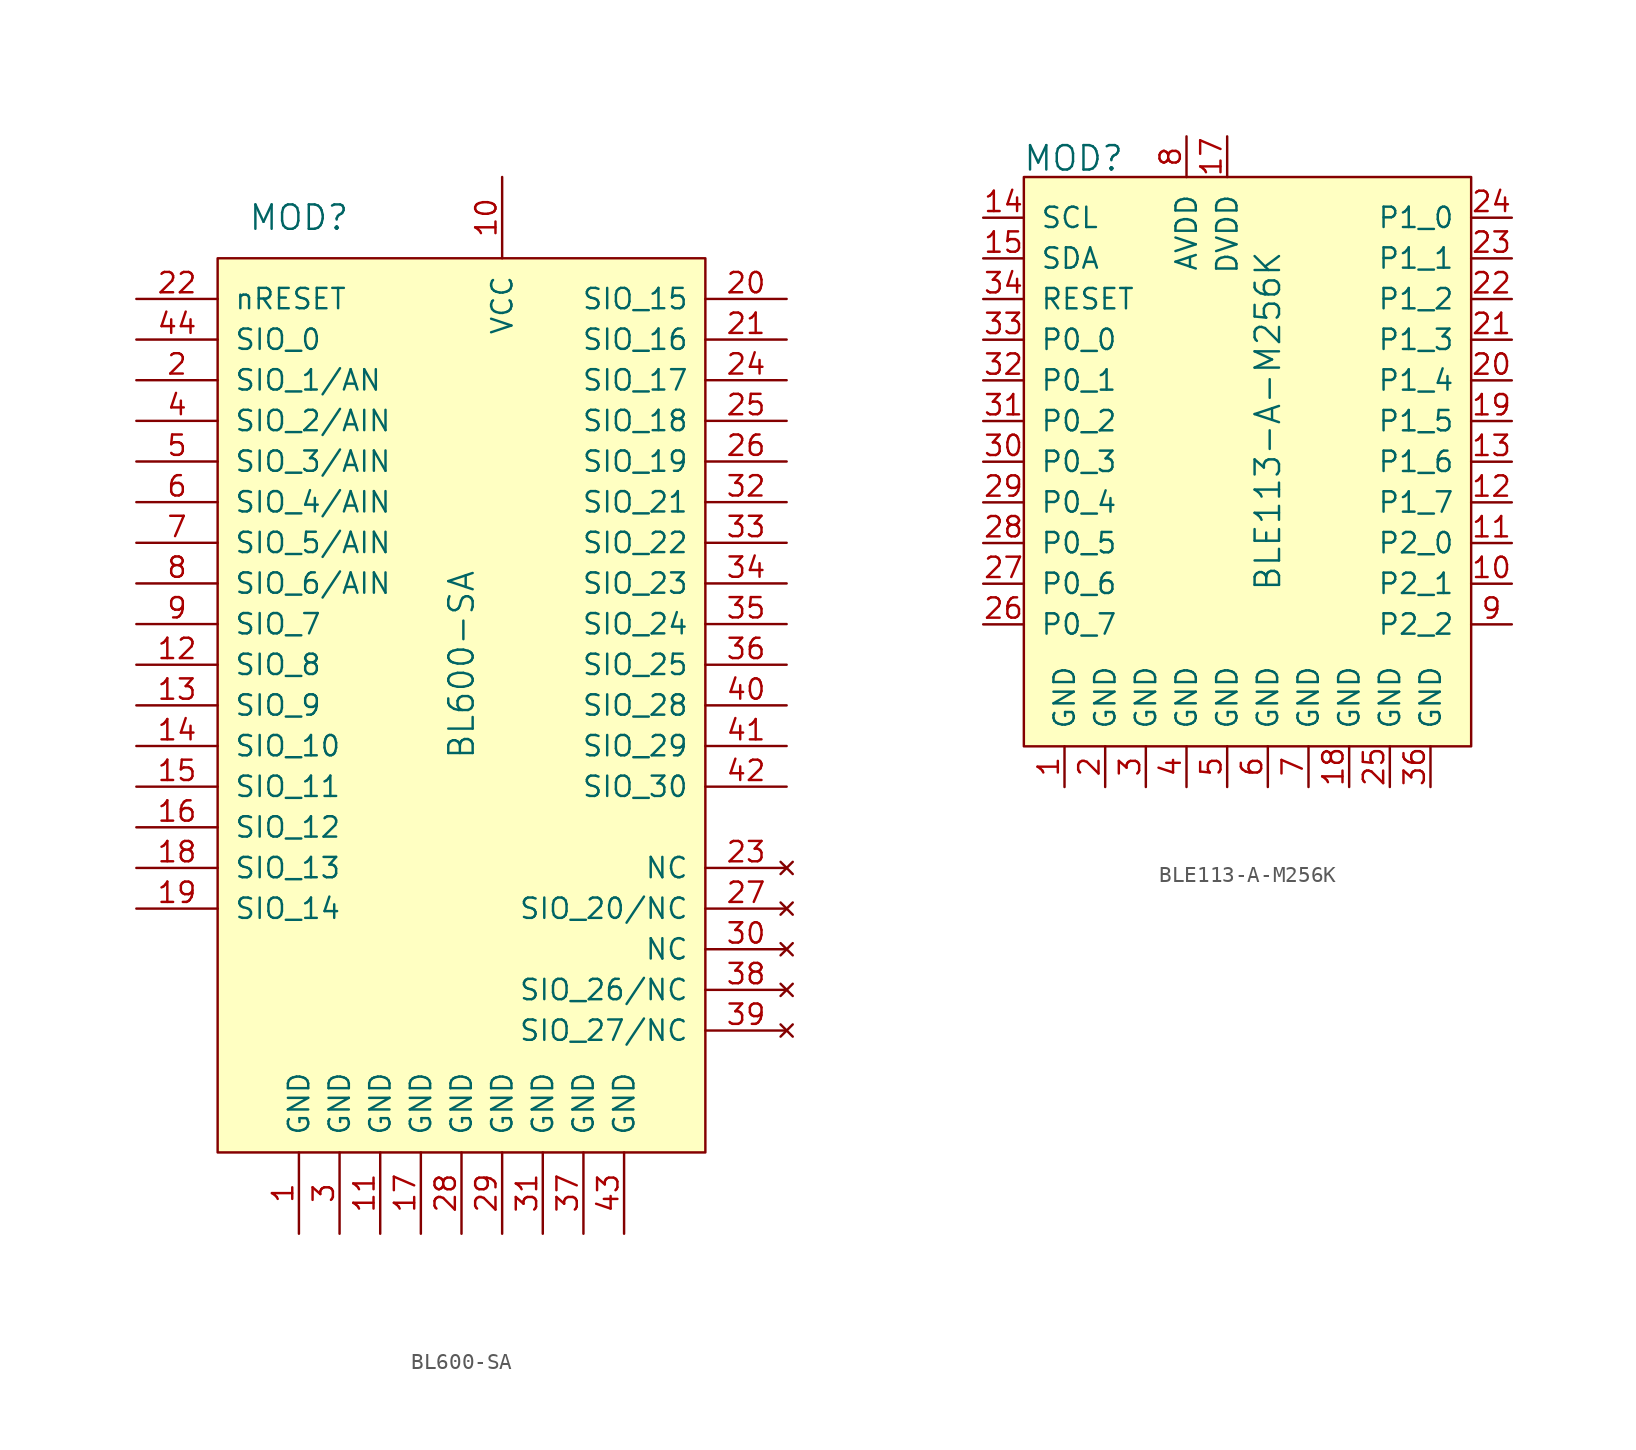
<source format=kicad_sym>
(kicad_symbol_lib
  (version 20220914)
  (generator kicad_symbol_editor)
  (symbol "BL600-SA"
    (pin_names
      (offset 1.016))
    (property "Reference" "MOD"
      (at -7.62 27.94 0)
      (effects (font (size 1.524 1.524))))
    (property "Value" "BL600-SA"
      (at 2.54 0 90)
      (effects (font (size 1.524 1.524))))
    (symbol "BL600-SA_0_1"
      (rectangle (start -12.7 25.4) (end 17.78 -30.48) (stroke (width 0) (type solid)) (fill (type background))))
    (symbol "BL600-SA_1_1"
      (pin power_in line (at -7.62 -35.56 90) (length 5.08) (name "GND" (effects (font (size 1.27 1.27)))) (number "1" (effects (font (size 1.27 1.27)))))
      (pin power_in line (at 5.08 30.48 270) (length 5.08) (name "VCC" (effects (font (size 1.27 1.27)))) (number "10" (effects (font (size 1.27 1.27)))))
      (pin power_in line (at -2.54 -35.56 90) (length 5.08) (name "GND" (effects (font (size 1.27 1.27)))) (number "11" (effects (font (size 1.27 1.27)))))
      (pin bidirectional line (at -17.78 0 0) (length 5.08) (name "SIO_8" (effects (font (size 1.27 1.27)))) (number "12" (effects (font (size 1.27 1.27)))))
      (pin bidirectional line (at -17.78 -2.54 0) (length 5.08) (name "SIO_9" (effects (font (size 1.27 1.27)))) (number "13" (effects (font (size 1.27 1.27)))))
      (pin bidirectional line (at -17.78 -5.08 0) (length 5.08) (name "SIO_10" (effects (font (size 1.27 1.27)))) (number "14" (effects (font (size 1.27 1.27)))))
      (pin bidirectional line (at -17.78 -7.62 0) (length 5.08) (name "SIO_11" (effects (font (size 1.27 1.27)))) (number "15" (effects (font (size 1.27 1.27)))))
      (pin bidirectional line (at -17.78 -10.16 0) (length 5.08) (name "SIO_12" (effects (font (size 1.27 1.27)))) (number "16" (effects (font (size 1.27 1.27)))))
      (pin bidirectional line (at 0 -35.56 90) (length 5.08) (name "GND" (effects (font (size 1.27 1.27)))) (number "17" (effects (font (size 1.27 1.27)))))
      (pin bidirectional line (at -17.78 -12.7 0) (length 5.08) (name "SIO_13" (effects (font (size 1.27 1.27)))) (number "18" (effects (font (size 1.27 1.27)))))
      (pin bidirectional line (at -17.78 -15.24 0) (length 5.08) (name "SIO_14" (effects (font (size 1.27 1.27)))) (number "19" (effects (font (size 1.27 1.27)))))
      (pin bidirectional line (at -17.78 17.78 0) (length 5.08) (name "SIO_1/AN" (effects (font (size 1.27 1.27)))) (number "2" (effects (font (size 1.27 1.27)))))
      (pin bidirectional line (at 22.86 22.86 180) (length 5.08) (name "SIO_15" (effects (font (size 1.27 1.27)))) (number "20" (effects (font (size 1.27 1.27)))))
      (pin bidirectional line (at 22.86 20.32 180) (length 5.08) (name "SIO_16" (effects (font (size 1.27 1.27)))) (number "21" (effects (font (size 1.27 1.27)))))
      (pin input line (at -17.78 22.86 0) (length 5.08) (name "nRESET" (effects (font (size 1.27 1.27)))) (number "22" (effects (font (size 1.27 1.27)))))
      (pin no_connect line (at 22.86 -12.7 180) (length 5.08) (name "NC" (effects (font (size 1.27 1.27)))) (number "23" (effects (font (size 1.27 1.27)))))
      (pin bidirectional line (at 22.86 17.78 180) (length 5.08) (name "SIO_17" (effects (font (size 1.27 1.27)))) (number "24" (effects (font (size 1.27 1.27)))))
      (pin bidirectional line (at 22.86 15.24 180) (length 5.08) (name "SIO_18" (effects (font (size 1.27 1.27)))) (number "25" (effects (font (size 1.27 1.27)))))
      (pin bidirectional line (at 22.86 12.7 180) (length 5.08) (name "SIO_19" (effects (font (size 1.27 1.27)))) (number "26" (effects (font (size 1.27 1.27)))))
      (pin no_connect line (at 22.86 -15.24 180) (length 5.08) (name "SIO_20/NC" (effects (font (size 1.27 1.27)))) (number "27" (effects (font (size 1.27 1.27)))))
      (pin power_in line (at 2.54 -35.56 90) (length 5.08) (name "GND" (effects (font (size 1.27 1.27)))) (number "28" (effects (font (size 1.27 1.27)))))
      (pin power_in line (at 5.08 -35.56 90) (length 5.08) (name "GND" (effects (font (size 1.27 1.27)))) (number "29" (effects (font (size 1.27 1.27)))))
      (pin power_in line (at -5.08 -35.56 90) (length 5.08) (name "GND" (effects (font (size 1.27 1.27)))) (number "3" (effects (font (size 1.27 1.27)))))
      (pin no_connect line (at 22.86 -17.78 180) (length 5.08) (name "NC" (effects (font (size 1.27 1.27)))) (number "30" (effects (font (size 1.27 1.27)))))
      (pin power_in line (at 7.62 -35.56 90) (length 5.08) (name "GND" (effects (font (size 1.27 1.27)))) (number "31" (effects (font (size 1.27 1.27)))))
      (pin bidirectional line (at 22.86 10.16 180) (length 5.08) (name "SIO_21" (effects (font (size 1.27 1.27)))) (number "32" (effects (font (size 1.27 1.27)))))
      (pin bidirectional line (at 22.86 7.62 180) (length 5.08) (name "SIO_22" (effects (font (size 1.27 1.27)))) (number "33" (effects (font (size 1.27 1.27)))))
      (pin bidirectional line (at 22.86 5.08 180) (length 5.08) (name "SIO_23" (effects (font (size 1.27 1.27)))) (number "34" (effects (font (size 1.27 1.27)))))
      (pin bidirectional line (at 22.86 2.54 180) (length 5.08) (name "SIO_24" (effects (font (size 1.27 1.27)))) (number "35" (effects (font (size 1.27 1.27)))))
      (pin bidirectional line (at 22.86 0 180) (length 5.08) (name "SIO_25" (effects (font (size 1.27 1.27)))) (number "36" (effects (font (size 1.27 1.27)))))
      (pin power_in line (at 10.16 -35.56 90) (length 5.08) (name "GND" (effects (font (size 1.27 1.27)))) (number "37" (effects (font (size 1.27 1.27)))))
      (pin no_connect line (at 22.86 -20.32 180) (length 5.08) (name "SIO_26/NC" (effects (font (size 1.27 1.27)))) (number "38" (effects (font (size 1.27 1.27)))))
      (pin no_connect line (at 22.86 -22.86 180) (length 5.08) (name "SIO_27/NC" (effects (font (size 1.27 1.27)))) (number "39" (effects (font (size 1.27 1.27)))))
      (pin bidirectional line (at -17.78 15.24 0) (length 5.08) (name "SIO_2/AIN" (effects (font (size 1.27 1.27)))) (number "4" (effects (font (size 1.27 1.27)))))
      (pin bidirectional line (at 22.86 -2.54 180) (length 5.08) (name "SIO_28" (effects (font (size 1.27 1.27)))) (number "40" (effects (font (size 1.27 1.27)))))
      (pin bidirectional line (at 22.86 -5.08 180) (length 5.08) (name "SIO_29" (effects (font (size 1.27 1.27)))) (number "41" (effects (font (size 1.27 1.27)))))
      (pin bidirectional line (at 22.86 -7.62 180) (length 5.08) (name "SIO_30" (effects (font (size 1.27 1.27)))) (number "42" (effects (font (size 1.27 1.27)))))
      (pin power_in line (at 12.7 -35.56 90) (length 5.08) (name "GND" (effects (font (size 1.27 1.27)))) (number "43" (effects (font (size 1.27 1.27)))))
      (pin bidirectional line (at -17.78 20.32 0) (length 5.08) (name "SIO_0" (effects (font (size 1.27 1.27)))) (number "44" (effects (font (size 1.27 1.27)))))
      (pin bidirectional line (at -17.78 12.7 0) (length 5.08) (name "SIO_3/AIN" (effects (font (size 1.27 1.27)))) (number "5" (effects (font (size 1.27 1.27)))))
      (pin bidirectional line (at -17.78 10.16 0) (length 5.08) (name "SIO_4/AIN" (effects (font (size 1.27 1.27)))) (number "6" (effects (font (size 1.27 1.27)))))
      (pin bidirectional line (at -17.78 7.62 0) (length 5.08) (name "SIO_5/AIN" (effects (font (size 1.27 1.27)))) (number "7" (effects (font (size 1.27 1.27)))))
      (pin bidirectional line (at -17.78 5.08 0) (length 5.08) (name "SIO_6/AIN" (effects (font (size 1.27 1.27)))) (number "8" (effects (font (size 1.27 1.27)))))
      (pin bidirectional line (at -17.78 2.54 0) (length 5.08) (name "SIO_7" (effects (font (size 1.27 1.27)))) (number "9" (effects (font (size 1.27 1.27)))))))
  (symbol "BLE113-A-M256K"
    (pin_names
      (offset 1.016))
    (property "Reference" "MOD"
      (at -22.936 16.408 0)
      (effects (font (size 1.524 1.524)) (justify left)))
    (property "Value" "BLE113-A-M256K"
      (at -7.62 0 90)
      (effects (font (size 1.524 1.524))))
    (symbol "BLE113-A-M256K_0_1"
      (rectangle (start -22.86 15.24) (end 5.08 -20.32) (stroke (width 0) (type solid)) (fill (type background))))
    (symbol "BLE113-A-M256K_1_1"
      (pin power_in line (at -20.32 -22.86 90) (length 2.54) (name "GND" (effects (font (size 1.27 1.27)))) (number "1" (effects (font (size 1.27 1.27)))))
      (pin bidirectional line (at 7.62 -10.16 180) (length 2.54) (name "P2_1" (effects (font (size 1.27 1.27)))) (number "10" (effects (font (size 1.27 1.27)))))
      (pin bidirectional line (at 7.62 -7.62 180) (length 2.54) (name "P2_0" (effects (font (size 1.27 1.27)))) (number "11" (effects (font (size 1.27 1.27)))))
      (pin bidirectional line (at 7.62 -5.08 180) (length 2.54) (name "P1_7" (effects (font (size 1.27 1.27)))) (number "12" (effects (font (size 1.27 1.27)))))
      (pin bidirectional line (at 7.62 -2.54 180) (length 2.54) (name "P1_6" (effects (font (size 1.27 1.27)))) (number "13" (effects (font (size 1.27 1.27)))))
      (pin bidirectional line (at -25.4 12.7 0) (length 2.54) (name "SCL" (effects (font (size 1.27 1.27)))) (number "14" (effects (font (size 1.27 1.27)))))
      (pin bidirectional line (at -25.4 10.16 0) (length 2.54) (name "SDA" (effects (font (size 1.27 1.27)))) (number "15" (effects (font (size 1.27 1.27)))))
      (pin no_connect line (at -22.86 -15.24 0) (length 2.54) hide (name "NC" (effects (font (size 1.27 1.27)))) (number "16" (effects (font (size 1.27 1.27)))))
      (pin power_in line (at -10.16 17.78 270) (length 2.54) (name "DVDD" (effects (font (size 1.27 1.27)))) (number "17" (effects (font (size 1.27 1.27)))))
      (pin power_in line (at -2.54 -22.86 90) (length 2.54) (name "GND" (effects (font (size 1.27 1.27)))) (number "18" (effects (font (size 1.27 1.27)))))
      (pin power_in line (at 7.62 0 180) (length 2.54) (name "P1_5" (effects (font (size 1.27 1.27)))) (number "19" (effects (font (size 1.27 1.27)))))
      (pin power_in line (at -17.78 -22.86 90) (length 2.54) (name "GND" (effects (font (size 1.27 1.27)))) (number "2" (effects (font (size 1.27 1.27)))))
      (pin power_in line (at 7.62 2.54 180) (length 2.54) (name "P1_4" (effects (font (size 1.27 1.27)))) (number "20" (effects (font (size 1.27 1.27)))))
      (pin power_in line (at 7.62 5.08 180) (length 2.54) (name "P1_3" (effects (font (size 1.27 1.27)))) (number "21" (effects (font (size 1.27 1.27)))))
      (pin power_in line (at 7.62 7.62 180) (length 2.54) (name "P1_2" (effects (font (size 1.27 1.27)))) (number "22" (effects (font (size 1.27 1.27)))))
      (pin power_in line (at 7.62 10.16 180) (length 2.54) (name "P1_1" (effects (font (size 1.27 1.27)))) (number "23" (effects (font (size 1.27 1.27)))))
      (pin power_in line (at 7.62 12.7 180) (length 2.54) (name "P1_0" (effects (font (size 1.27 1.27)))) (number "24" (effects (font (size 1.27 1.27)))))
      (pin power_in line (at 0 -22.86 90) (length 2.54) (name "GND" (effects (font (size 1.27 1.27)))) (number "25" (effects (font (size 1.27 1.27)))))
      (pin bidirectional line (at -25.4 -12.7 0) (length 2.54) (name "P0_7" (effects (font (size 1.27 1.27)))) (number "26" (effects (font (size 1.27 1.27)))))
      (pin bidirectional line (at -25.4 -10.16 0) (length 2.54) (name "P0_6" (effects (font (size 1.27 1.27)))) (number "27" (effects (font (size 1.27 1.27)))))
      (pin bidirectional line (at -25.4 -7.62 0) (length 2.54) (name "P0_5" (effects (font (size 1.27 1.27)))) (number "28" (effects (font (size 1.27 1.27)))))
      (pin bidirectional line (at -25.4 -5.08 0) (length 2.54) (name "P0_4" (effects (font (size 1.27 1.27)))) (number "29" (effects (font (size 1.27 1.27)))))
      (pin power_in line (at -15.24 -22.86 90) (length 2.54) (name "GND" (effects (font (size 1.27 1.27)))) (number "3" (effects (font (size 1.27 1.27)))))
      (pin bidirectional line (at -25.4 -2.54 0) (length 2.54) (name "P0_3" (effects (font (size 1.27 1.27)))) (number "30" (effects (font (size 1.27 1.27)))))
      (pin bidirectional line (at -25.4 0 0) (length 2.54) (name "P0_2" (effects (font (size 1.27 1.27)))) (number "31" (effects (font (size 1.27 1.27)))))
      (pin bidirectional line (at -25.4 2.54 0) (length 2.54) (name "P0_1" (effects (font (size 1.27 1.27)))) (number "32" (effects (font (size 1.27 1.27)))))
      (pin bidirectional line (at -25.4 5.08 0) (length 2.54) (name "P0_0" (effects (font (size 1.27 1.27)))) (number "33" (effects (font (size 1.27 1.27)))))
      (pin input line (at -25.4 7.62 0) (length 2.54) (name "RESET" (effects (font (size 1.27 1.27)))) (number "34" (effects (font (size 1.27 1.27)))))
      (pin no_connect line (at -22.86 -17.78 0) (length 2.54) hide (name "NC" (effects (font (size 1.27 1.27)))) (number "35" (effects (font (size 1.27 1.27)))))
      (pin power_in line (at 2.54 -22.86 90) (length 2.54) (name "GND" (effects (font (size 1.27 1.27)))) (number "36" (effects (font (size 1.27 1.27)))))
      (pin power_in line (at -12.7 -22.86 90) (length 2.54) (name "GND" (effects (font (size 1.27 1.27)))) (number "4" (effects (font (size 1.27 1.27)))))
      (pin power_in line (at -10.16 -22.86 90) (length 2.54) (name "GND" (effects (font (size 1.27 1.27)))) (number "5" (effects (font (size 1.27 1.27)))))
      (pin power_in line (at -7.62 -22.86 90) (length 2.54) (name "GND" (effects (font (size 1.27 1.27)))) (number "6" (effects (font (size 1.27 1.27)))))
      (pin power_in line (at -5.08 -22.86 90) (length 2.54) (name "GND" (effects (font (size 1.27 1.27)))) (number "7" (effects (font (size 1.27 1.27)))))
      (pin power_in line (at -12.7 17.78 270) (length 2.54) (name "AVDD" (effects (font (size 1.27 1.27)))) (number "8" (effects (font (size 1.27 1.27)))))
      (pin bidirectional line (at 7.62 -12.7 180) (length 2.54) (name "P2_2" (effects (font (size 1.27 1.27)))) (number "9" (effects (font (size 1.27 1.27))))))))
</source>
